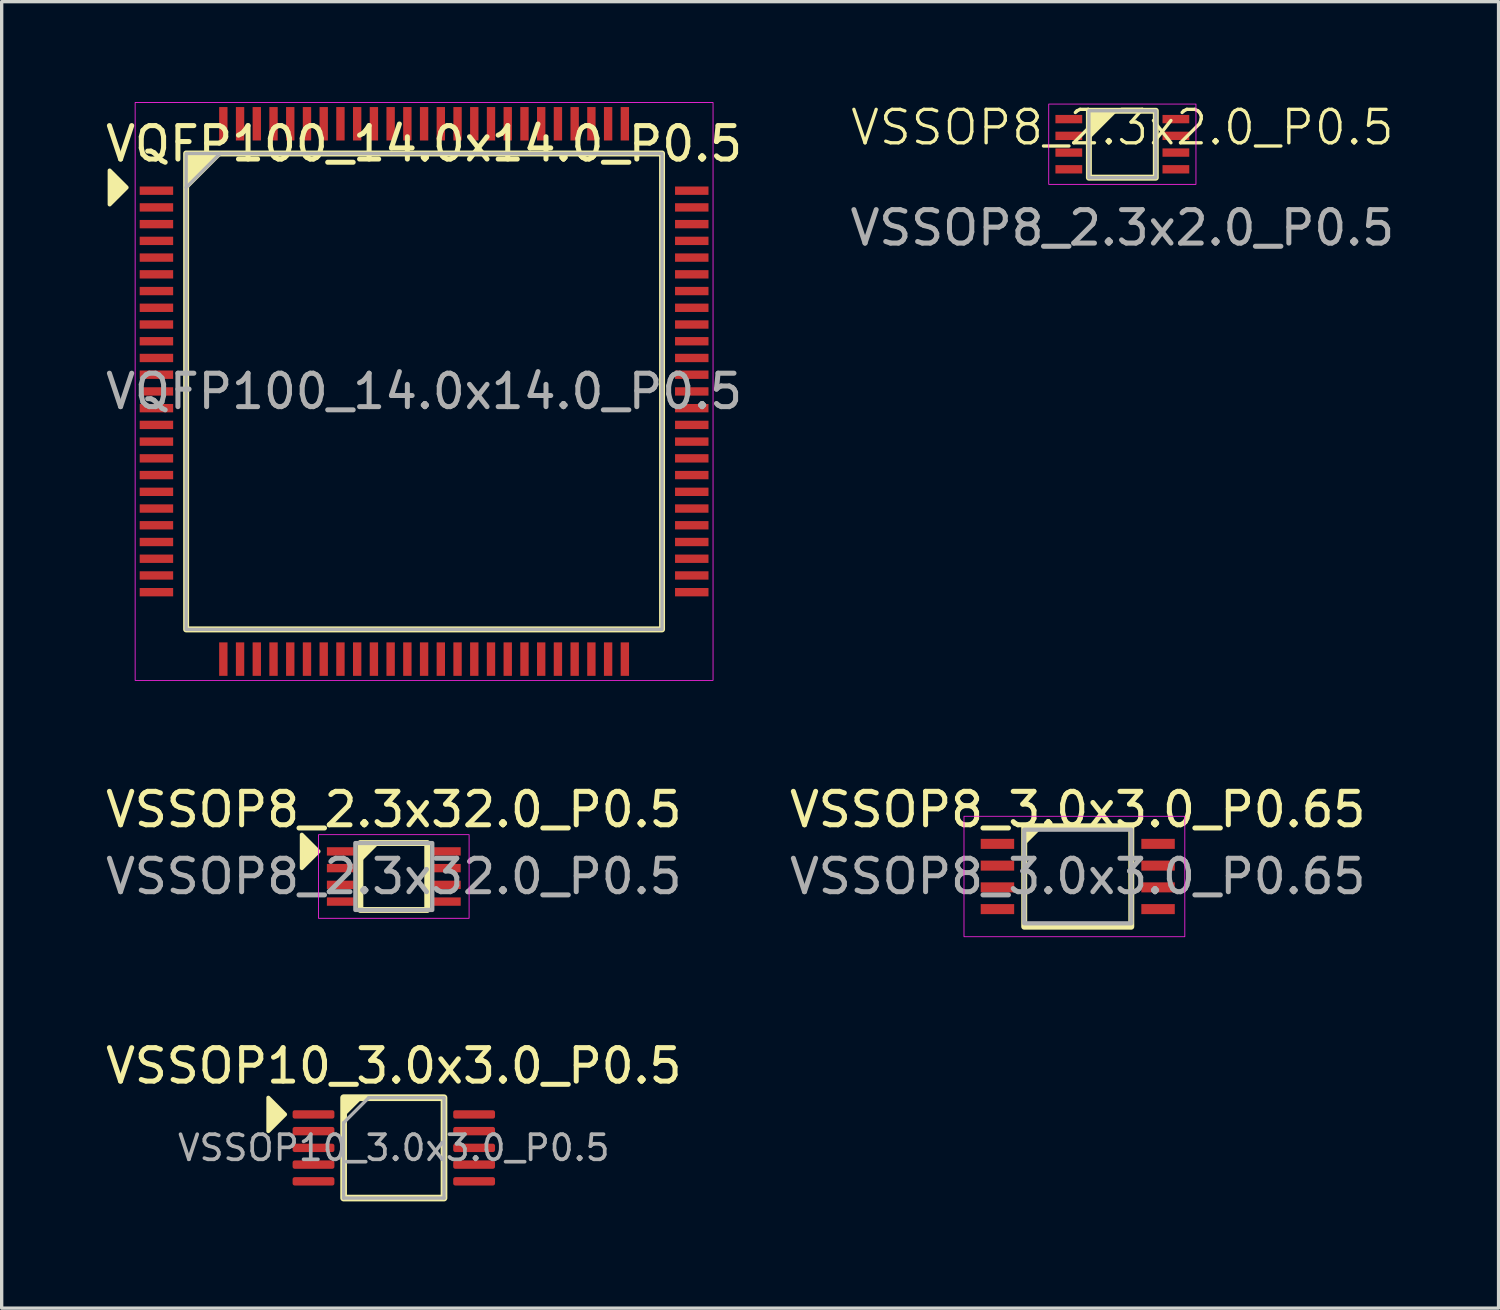
<source format=kicad_pcb>
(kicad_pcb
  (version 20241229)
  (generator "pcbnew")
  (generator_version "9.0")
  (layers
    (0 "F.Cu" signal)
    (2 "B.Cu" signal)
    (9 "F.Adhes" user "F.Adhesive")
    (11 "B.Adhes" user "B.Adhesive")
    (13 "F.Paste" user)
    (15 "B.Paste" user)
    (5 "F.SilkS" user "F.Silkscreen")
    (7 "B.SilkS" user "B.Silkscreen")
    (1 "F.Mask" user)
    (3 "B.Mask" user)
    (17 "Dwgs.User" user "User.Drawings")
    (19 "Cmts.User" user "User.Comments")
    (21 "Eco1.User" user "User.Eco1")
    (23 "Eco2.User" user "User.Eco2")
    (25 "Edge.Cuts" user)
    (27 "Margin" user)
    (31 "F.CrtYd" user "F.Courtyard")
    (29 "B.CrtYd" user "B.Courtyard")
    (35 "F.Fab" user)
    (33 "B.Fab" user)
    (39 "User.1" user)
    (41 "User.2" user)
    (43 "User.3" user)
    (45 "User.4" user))
  (footprint "VSSOP8_2.3x2.0_P0.5"
    (layer "F.Cu")
    (at 30.494 1.26)
    (property "Reference" "VSSOP8_2.3x2.0_P0.5" (at 0 -0.5 0) (unlocked yes) (layer "F.SilkS") (effects (font (size 1 1) (thickness 0.1))))
    (attr smd)
    (fp_rect (start -1 -1) (end 1 1) (stroke (width 0.178) (type solid)) (fill no) (layer "F.SilkS"))
    (fp_poly (pts (xy -1 -1) (xy -1 -0.2) (xy -0.2 -1)) (stroke (width 0.1) (type solid)) (fill yes) (layer "F.SilkS"))
    (fp_rect (start -2.2 -1.2) (end 2.2 1.2) (stroke (width 0.025) (type solid)) (fill no) (layer "F.CrtYd"))
    (fp_rect (start -1 -1) (end 1 1) (stroke (width 0.1) (type default)) (fill no) (layer "F.Fab"))
    (fp_text user "${REFERENCE}" (at 0 2.5 0) (unlocked yes) (layer "F.Fab") (effects (font (size 1 1) (thickness 0.15))))
    (pad "1" smd rect (at -1.6 -0.75) (size 0.8 0.25) (layers "F.Cu" "F.Mask" "F.Paste"))
    (pad "2" smd rect (at -1.6 -0.25) (size 0.8 0.25) (layers "F.Cu" "F.Mask" "F.Paste"))
    (pad "3" smd rect (at -1.6 0.25) (size 0.8 0.25) (layers "F.Cu" "F.Mask" "F.Paste"))
    (pad "4" smd rect (at -1.6 0.75) (size 0.8 0.25) (layers "F.Cu" "F.Mask" "F.Paste"))
    (pad "5" smd rect (at 1.6 0.75) (size 0.8 0.25) (layers "F.Cu" "F.Mask" "F.Paste"))
    (pad "6" smd rect (at 1.6 0.25) (size 0.8 0.25) (layers "F.Cu" "F.Mask" "F.Paste"))
    (pad "7" smd rect (at 1.6 -0.25) (size 0.8 0.25) (layers "F.Cu" "F.Mask" "F.Paste"))
    (pad "8" smd rect (at 1.6 -0.75) (size 0.8 0.25) (layers "F.Cu" "F.Mask" "F.Paste")))
  (footprint "VSSOP8_3.0x3.0_P0.65"
    (layer "F.Cu")
    (at 29.161 23.146)
    (property "Reference" "VSSOP8_3.0x3.0_P0.65" (at 0 -2 0) (unlocked yes) (layer "F.SilkS") (effects (font (size 1 1) (thickness 0.15))))
    (attr smd)
    (fp_rect (start -1.6 -1.5) (end 1.6 1.5) (stroke (width 0.178) (type solid)) (fill no) (layer "F.SilkS"))
    (fp_poly (pts (xy -1.6 -1) (xy -1.6 -1.5) (xy -1.1 -1.5)) (stroke (width 0.12) (type solid)) (fill yes) (layer "F.SilkS"))
    (fp_rect (start -3.4 -1.8) (end 3.2 1.8) (stroke (width 0.025) (type solid)) (fill no) (layer "F.CrtYd"))
    (fp_rect (start -1.6 -1.4) (end 1.6 1.4) (stroke (width 0.127) (type solid)) (fill no) (layer "F.Fab"))
    (fp_text user "${REFERENCE}" (at 0 0 0) (unlocked yes) (layer "F.Fab") (effects (font (size 1 1) (thickness 0.15))))
    (pad "1" smd rect (at -2.4 -0.975) (size 1 0.3) (layers "F.Cu" "F.Mask" "F.Paste"))
    (pad "2" smd rect (at -2.4 -0.325) (size 1 0.3) (layers "F.Cu" "F.Mask" "F.Paste"))
    (pad "3" smd rect (at -2.4 0.325) (size 1 0.3) (layers "F.Cu" "F.Mask" "F.Paste"))
    (pad "4" smd rect (at -2.4 0.975) (size 1 0.3) (layers "F.Cu" "F.Mask" "F.Paste"))
    (pad "5" smd rect (at 2.4 0.975) (size 1 0.3) (layers "F.Cu" "F.Mask" "F.Paste"))
    (pad "6" smd rect (at 2.4 0.325) (size 1 0.3) (layers "F.Cu" "F.Mask" "F.Paste"))
    (pad "7" smd rect (at 2.4 -0.325) (size 1 0.3) (layers "F.Cu" "F.Mask" "F.Paste"))
    (pad "8" smd rect (at 2.4 -0.975) (size 1 0.3) (layers "F.Cu" "F.Mask" "F.Paste")))
  (footprint "VQFP100_14.0x14.0_P0.5"
    (layer "F.Cu")
    (at 9.625 8.649)
    (property "Reference" "VQFP100_14.0x14.0_P0.5" (at 0 -7.4 0) (layer "F.SilkS") (effects (font (size 1 1) (thickness 0.15))))
    (attr smd)
    (fp_rect (start -7.112 -7.112) (end 7.112 7.112) (stroke (width 0.178) (type solid)) (fill no) (layer "F.SilkS"))
    (fp_poly (pts (xy -8.89 -6.096) (xy -9.398 -5.588) (xy -9.398 -6.604)) (stroke (width 0.12) (type solid)) (fill yes) (layer "F.SilkS"))
    (fp_poly (pts (xy -7.112 -6.096) (xy -7.112 -7.112) (xy -6.096 -7.112)) (stroke (width 0.12) (type solid)) (fill yes) (layer "F.SilkS"))
    (fp_rect (start -8.636 -8.636) (end 8.636 8.636) (stroke (width 0.025) (type solid)) (fill no) (layer "F.CrtYd"))
    (fp_line (start -7.112 -6.096) (end -6.096 -7.112) (stroke (width 0.1) (type solid)) (layer "F.Fab"))
    (fp_rect (start -7.112 7.112) (end 7.112 -7.112) (stroke (width 0.1) (type solid)) (fill no) (layer "F.Fab"))
    (fp_text user "${REFERENCE}" (at 0 0 0) (layer "F.Fab") (effects (font (size 1 1) (thickness 0.15))))
    (pad "1" smd rect (at -8 -6) (size 1 0.25) (layers "F.Cu" "F.Mask" "F.Paste"))
    (pad "2" smd rect (at -8 -5.5) (size 1 0.25) (layers "F.Cu" "F.Mask" "F.Paste"))
    (pad "3" smd rect (at -8 -5) (size 1 0.25) (layers "F.Cu" "F.Mask" "F.Paste"))
    (pad "4" smd rect (at -8 -4.5) (size 1 0.25) (layers "F.Cu" "F.Mask" "F.Paste"))
    (pad "5" smd rect (at -8 -4) (size 1 0.25) (layers "F.Cu" "F.Mask" "F.Paste"))
    (pad "6" smd rect (at -8 -3.5) (size 1 0.25) (layers "F.Cu" "F.Mask" "F.Paste"))
    (pad "7" smd rect (at -8 -3) (size 1 0.25) (layers "F.Cu" "F.Mask" "F.Paste"))
    (pad "8" smd rect (at -8 -2.5) (size 1 0.25) (layers "F.Cu" "F.Mask" "F.Paste"))
    (pad "9" smd rect (at -8 -2) (size 1 0.25) (layers "F.Cu" "F.Mask" "F.Paste"))
    (pad "10" smd rect (at -8 -1.5) (size 1 0.25) (layers "F.Cu" "F.Mask" "F.Paste"))
    (pad "11" smd rect (at -8 -1) (size 1 0.25) (layers "F.Cu" "F.Mask" "F.Paste"))
    (pad "12" smd rect (at -8 -0.5) (size 1 0.25) (layers "F.Cu" "F.Mask" "F.Paste"))
    (pad "13" smd rect (at -8 0) (size 1 0.25) (layers "F.Cu" "F.Mask" "F.Paste"))
    (pad "14" smd rect (at -8 0.5) (size 1 0.25) (layers "F.Cu" "F.Mask" "F.Paste"))
    (pad "15" smd rect (at -8 1) (size 1 0.25) (layers "F.Cu" "F.Mask" "F.Paste"))
    (pad "16" smd rect (at -8 1.5) (size 1 0.25) (layers "F.Cu" "F.Mask" "F.Paste"))
    (pad "17" smd rect (at -8 2) (size 1 0.25) (layers "F.Cu" "F.Mask" "F.Paste"))
    (pad "18" smd rect (at -8 2.5) (size 1 0.25) (layers "F.Cu" "F.Mask" "F.Paste"))
    (pad "19" smd rect (at -8 3) (size 1 0.25) (layers "F.Cu" "F.Mask" "F.Paste"))
    (pad "20" smd rect (at -8 3.5) (size 1 0.25) (layers "F.Cu" "F.Mask" "F.Paste"))
    (pad "21" smd rect (at -8 4) (size 1 0.25) (layers "F.Cu" "F.Mask" "F.Paste"))
    (pad "22" smd rect (at -8 4.5) (size 1 0.25) (layers "F.Cu" "F.Mask" "F.Paste"))
    (pad "23" smd rect (at -8 5) (size 1 0.25) (layers "F.Cu" "F.Mask" "F.Paste"))
    (pad "24" smd rect (at -8 5.5) (size 1 0.25) (layers "F.Cu" "F.Mask" "F.Paste"))
    (pad "25" smd rect (at -8 6) (size 1 0.25) (layers "F.Cu" "F.Mask" "F.Paste"))
    (pad "26" smd rect (at -6 8) (size 0.25 1) (layers "F.Cu" "F.Mask" "F.Paste"))
    (pad "27" smd rect (at -5.5 8) (size 0.25 1) (layers "F.Cu" "F.Mask" "F.Paste"))
    (pad "28" smd rect (at -5 8) (size 0.25 1) (layers "F.Cu" "F.Mask" "F.Paste"))
    (pad "29" smd rect (at -4.5 8) (size 0.25 1) (layers "F.Cu" "F.Mask" "F.Paste"))
    (pad "30" smd rect (at -4 8) (size 0.25 1) (layers "F.Cu" "F.Mask" "F.Paste"))
    (pad "31" smd rect (at -3.5 8) (size 0.25 1) (layers "F.Cu" "F.Mask" "F.Paste"))
    (pad "32" smd rect (at -3 8) (size 0.25 1) (layers "F.Cu" "F.Mask" "F.Paste"))
    (pad "33" smd rect (at -2.5 8) (size 0.25 1) (layers "F.Cu" "F.Mask" "F.Paste"))
    (pad "34" smd rect (at -2 8) (size 0.25 1) (layers "F.Cu" "F.Mask" "F.Paste"))
    (pad "35" smd rect (at -1.5 8) (size 0.25 1) (layers "F.Cu" "F.Mask" "F.Paste"))
    (pad "36" smd rect (at -1 8) (size 0.25 1) (layers "F.Cu" "F.Mask" "F.Paste"))
    (pad "37" smd rect (at -0.5 8) (size 0.25 1) (layers "F.Cu" "F.Mask" "F.Paste"))
    (pad "38" smd rect (at 0 8) (size 0.25 1) (layers "F.Cu" "F.Mask" "F.Paste"))
    (pad "39" smd rect (at 0.5 8) (size 0.25 1) (layers "F.Cu" "F.Mask" "F.Paste"))
    (pad "40" smd rect (at 1 8) (size 0.25 1) (layers "F.Cu" "F.Mask" "F.Paste"))
    (pad "41" smd rect (at 1.5 8) (size 0.25 1) (layers "F.Cu" "F.Mask" "F.Paste"))
    (pad "42" smd rect (at 2 8) (size 0.25 1) (layers "F.Cu" "F.Mask" "F.Paste"))
    (pad "43" smd rect (at 2.5 8) (size 0.25 1) (layers "F.Cu" "F.Mask" "F.Paste"))
    (pad "44" smd rect (at 3 8) (size 0.25 1) (layers "F.Cu" "F.Mask" "F.Paste"))
    (pad "45" smd rect (at 3.5 8) (size 0.25 1) (layers "F.Cu" "F.Mask" "F.Paste"))
    (pad "46" smd rect (at 4 8) (size 0.25 1) (layers "F.Cu" "F.Mask" "F.Paste"))
    (pad "47" smd rect (at 4.5 8) (size 0.25 1) (layers "F.Cu" "F.Mask" "F.Paste"))
    (pad "48" smd rect (at 5 8) (size 0.25 1) (layers "F.Cu" "F.Mask" "F.Paste"))
    (pad "49" smd rect (at 5.5 8) (size 0.25 1) (layers "F.Cu" "F.Mask" "F.Paste"))
    (pad "50" smd rect (at 6 8) (size 0.25 1) (layers "F.Cu" "F.Mask" "F.Paste"))
    (pad "51" smd rect (at 8 6) (size 1 0.25) (layers "F.Cu" "F.Mask" "F.Paste"))
    (pad "52" smd rect (at 8 5.5) (size 1 0.25) (layers "F.Cu" "F.Mask" "F.Paste"))
    (pad "53" smd rect (at 8 5) (size 1 0.25) (layers "F.Cu" "F.Mask" "F.Paste"))
    (pad "54" smd rect (at 8 4.5) (size 1 0.25) (layers "F.Cu" "F.Mask" "F.Paste"))
    (pad "55" smd rect (at 8 4) (size 1 0.25) (layers "F.Cu" "F.Mask" "F.Paste"))
    (pad "56" smd rect (at 8 3.5) (size 1 0.25) (layers "F.Cu" "F.Mask" "F.Paste"))
    (pad "57" smd rect (at 8 3) (size 1 0.25) (layers "F.Cu" "F.Mask" "F.Paste"))
    (pad "58" smd rect (at 8 2.5) (size 1 0.25) (layers "F.Cu" "F.Mask" "F.Paste"))
    (pad "59" smd rect (at 8 2) (size 1 0.25) (layers "F.Cu" "F.Mask" "F.Paste"))
    (pad "60" smd rect (at 8 1.5) (size 1 0.25) (layers "F.Cu" "F.Mask" "F.Paste"))
    (pad "61" smd rect (at 8 1) (size 1 0.25) (layers "F.Cu" "F.Mask" "F.Paste"))
    (pad "62" smd rect (at 8 0.5) (size 1 0.25) (layers "F.Cu" "F.Mask" "F.Paste"))
    (pad "63" smd rect (at 8 0) (size 1 0.25) (layers "F.Cu" "F.Mask" "F.Paste"))
    (pad "64" smd rect (at 8 -0.5) (size 1 0.25) (layers "F.Cu" "F.Mask" "F.Paste"))
    (pad "65" smd rect (at 8 -1) (size 1 0.25) (layers "F.Cu" "F.Mask" "F.Paste"))
    (pad "66" smd rect (at 8 -1.5) (size 1 0.25) (layers "F.Cu" "F.Mask" "F.Paste"))
    (pad "67" smd rect (at 8 -2) (size 1 0.25) (layers "F.Cu" "F.Mask" "F.Paste"))
    (pad "68" smd rect (at 8 -2.5) (size 1 0.25) (layers "F.Cu" "F.Mask" "F.Paste"))
    (pad "69" smd rect (at 8 -3) (size 1 0.25) (layers "F.Cu" "F.Mask" "F.Paste"))
    (pad "70" smd rect (at 8 -3.5) (size 1 0.25) (layers "F.Cu" "F.Mask" "F.Paste"))
    (pad "71" smd rect (at 8 -4) (size 1 0.25) (layers "F.Cu" "F.Mask" "F.Paste"))
    (pad "72" smd rect (at 8 -4.5) (size 1 0.25) (layers "F.Cu" "F.Mask" "F.Paste"))
    (pad "73" smd rect (at 8 -5) (size 1 0.25) (layers "F.Cu" "F.Mask" "F.Paste"))
    (pad "74" smd rect (at 8 -5.5) (size 1 0.25) (layers "F.Cu" "F.Mask" "F.Paste"))
    (pad "75" smd rect (at 8 -6) (size 1 0.25) (layers "F.Cu" "F.Mask" "F.Paste"))
    (pad "76" smd rect (at 6 -8) (size 0.25 1) (layers "F.Cu" "F.Mask" "F.Paste"))
    (pad "77" smd rect (at 5.5 -8) (size 0.25 1) (layers "F.Cu" "F.Mask" "F.Paste"))
    (pad "78" smd rect (at 5 -8) (size 0.25 1) (layers "F.Cu" "F.Mask" "F.Paste"))
    (pad "79" smd rect (at 4.5 -8) (size 0.25 1) (layers "F.Cu" "F.Mask" "F.Paste"))
    (pad "80" smd rect (at 4 -8) (size 0.25 1) (layers "F.Cu" "F.Mask" "F.Paste"))
    (pad "81" smd rect (at 3.5 -8) (size 0.25 1) (layers "F.Cu" "F.Mask" "F.Paste"))
    (pad "82" smd rect (at 3 -8) (size 0.25 1) (layers "F.Cu" "F.Mask" "F.Paste"))
    (pad "83" smd rect (at 2.5 -8) (size 0.25 1) (layers "F.Cu" "F.Mask" "F.Paste"))
    (pad "84" smd rect (at 2 -8) (size 0.25 1) (layers "F.Cu" "F.Mask" "F.Paste"))
    (pad "85" smd rect (at 1.5 -8) (size 0.25 1) (layers "F.Cu" "F.Mask" "F.Paste"))
    (pad "86" smd rect (at 1 -8) (size 0.25 1) (layers "F.Cu" "F.Mask" "F.Paste"))
    (pad "87" smd rect (at 0.5 -8) (size 0.25 1) (layers "F.Cu" "F.Mask" "F.Paste"))
    (pad "88" smd rect (at 0 -8) (size 0.25 1) (layers "F.Cu" "F.Mask" "F.Paste"))
    (pad "89" smd rect (at -0.5 -8) (size 0.25 1) (layers "F.Cu" "F.Mask" "F.Paste"))
    (pad "90" smd rect (at -1 -8) (size 0.25 1) (layers "F.Cu" "F.Mask" "F.Paste"))
    (pad "91" smd rect (at -1.5 -8) (size 0.25 1) (layers "F.Cu" "F.Mask" "F.Paste"))
    (pad "92" smd rect (at -2 -8) (size 0.25 1) (layers "F.Cu" "F.Mask" "F.Paste"))
    (pad "93" smd rect (at -2.5 -8) (size 0.25 1) (layers "F.Cu" "F.Mask" "F.Paste"))
    (pad "94" smd rect (at -3 -8) (size 0.25 1) (layers "F.Cu" "F.Mask" "F.Paste"))
    (pad "95" smd rect (at -3.5 -8) (size 0.25 1) (layers "F.Cu" "F.Mask" "F.Paste"))
    (pad "96" smd rect (at -4 -8) (size 0.25 1) (layers "F.Cu" "F.Mask" "F.Paste"))
    (pad "97" smd rect (at -4.5 -8) (size 0.25 1) (layers "F.Cu" "F.Mask" "F.Paste"))
    (pad "98" smd rect (at -5 -8) (size 0.25 1) (layers "F.Cu" "F.Mask" "F.Paste"))
    (pad "99" smd rect (at -5.5 -8) (size 0.25 1) (layers "F.Cu" "F.Mask" "F.Paste"))
    (pad "100" smd rect (at -6 -8) (size 0.25 1) (layers "F.Cu" "F.Mask" "F.Paste")))
  (footprint "VSSOP10_3.0x3.0_P0.5"
    (layer "F.Cu")
    (at 8.72 31.257)
    (property "Reference" "VSSOP10_3.0x3.0_P0.5" (at 0 -2.45 0) (layer "F.SilkS") (effects (font (size 1 1) (thickness 0.15))))
    (attr smd)
    (fp_rect (start -1.5 1.5) (end 1.5 -1.5) (stroke (width 0.2) (type solid)) (fill no) (layer "F.SilkS"))
    (fp_poly (pts (xy -3.25 -1) (xy -3.75 -0.5) (xy -3.75 -1.5)) (stroke (width 0.12) (type solid)) (fill yes) (layer "F.SilkS"))
    (fp_poly (pts (xy -1.5 -1) (xy -1.5 -1.5) (xy -1 -1.5)) (stroke (width 0.12) (type solid)) (fill yes) (layer "F.SilkS"))
    (fp_rect (start -3.302 1.778) (end 3.302 -1.778) (stroke (width 0.025) (type solid)) (fill no) (layer "Margin"))
    (fp_line (start -1.5 -0.75) (end -0.75 -1.5) (stroke (width 0.1) (type solid)) (layer "F.Fab"))
    (fp_line (start -1.5 1.5) (end -1.5 -0.75) (stroke (width 0.1) (type solid)) (layer "F.Fab"))
    (fp_line (start -0.75 -1.5) (end 1.5 -1.5) (stroke (width 0.1) (type solid)) (layer "F.Fab"))
    (fp_line (start 1.5 -1.5) (end 1.5 1.5) (stroke (width 0.1) (type solid)) (layer "F.Fab"))
    (fp_line (start 1.5 1.5) (end -1.5 1.5) (stroke (width 0.1) (type solid)) (layer "F.Fab"))
    (fp_text user "${REFERENCE}" (at 0 0 0) (layer "F.Fab") (effects (font (size 0.75 0.75) (thickness 0.11))))
    (pad "1" smd roundrect (at -2.4 -1) (size 1.25 0.25) (layers "F.Cu" "F.Mask" "F.Paste") (roundrect_rratio 0.25))
    (pad "2" smd roundrect (at -2.4 -0.5) (size 1.25 0.25) (layers "F.Cu" "F.Mask" "F.Paste") (roundrect_rratio 0.25))
    (pad "3" smd roundrect (at -2.4 0) (size 1.25 0.25) (layers "F.Cu" "F.Mask" "F.Paste") (roundrect_rratio 0.25))
    (pad "4" smd roundrect (at -2.4 0.5) (size 1.25 0.25) (layers "F.Cu" "F.Mask" "F.Paste") (roundrect_rratio 0.25))
    (pad "5" smd roundrect (at -2.4 1) (size 1.25 0.25) (layers "F.Cu" "F.Mask" "F.Paste") (roundrect_rratio 0.25))
    (pad "6" smd roundrect (at 2.4 1) (size 1.25 0.25) (layers "F.Cu" "F.Mask" "F.Paste") (roundrect_rratio 0.25))
    (pad "7" smd roundrect (at 2.4 0.5) (size 1.25 0.25) (layers "F.Cu" "F.Mask" "F.Paste") (roundrect_rratio 0.25))
    (pad "8" smd roundrect (at 2.4 0) (size 1.25 0.25) (layers "F.Cu" "F.Mask" "F.Paste") (roundrect_rratio 0.25))
    (pad "9" smd roundrect (at 2.4 -0.5) (size 1.25 0.25) (layers "F.Cu" "F.Mask" "F.Paste") (roundrect_rratio 0.25))
    (pad "10" smd roundrect (at 2.4 -1) (size 1.25 0.25) (layers "F.Cu" "F.Mask" "F.Paste") (roundrect_rratio 0.25)))
  (footprint "VSSOP8_2.3x32.0_P0.5"
    (layer "F.Cu")
    (at 8.72 23.146)
    (property "Reference" "VSSOP8_2.3x32.0_P0.5" (at 0 -2 0) (unlocked yes) (layer "F.SilkS") (effects (font (size 1 1) (thickness 0.15))))
    (attr smd)
    (fp_rect (start -1 -1) (end 1 1) (stroke (width 0.178) (type solid)) (fill no) (layer "F.SilkS"))
    (fp_poly (pts (xy -2.25 -0.75) (xy -2.75 -0.25) (xy -2.75 -1.25)) (stroke (width 0.12) (type solid)) (fill yes) (layer "F.SilkS"))
    (fp_poly (pts (xy -1 -0.5) (xy -1 -1) (xy -0.5 -1)) (stroke (width 0.12) (type solid)) (fill yes) (layer "F.SilkS"))
    (fp_rect (start -2.25 -1.25) (end 2.25 1.25) (stroke (width 0.025) (type solid)) (fill no) (layer "F.CrtYd"))
    (fp_rect (start -1.15 -1) (end 1.15 1) (stroke (width 0.127) (type solid)) (fill no) (layer "F.Fab"))
    (fp_text user "${REFERENCE}" (at 0 0 0) (unlocked yes) (layer "F.Fab") (effects (font (size 1 1) (thickness 0.15))))
    (pad "1" smd rect (at -1.6 -0.75) (size 0.8 0.25) (layers "F.Cu" "F.Mask" "F.Paste"))
    (pad "2" smd rect (at -1.6 -0.25) (size 0.8 0.25) (layers "F.Cu" "F.Mask" "F.Paste"))
    (pad "3" smd rect (at -1.6 0.25) (size 0.8 0.25) (layers "F.Cu" "F.Mask" "F.Paste"))
    (pad "4" smd rect (at -1.6 0.75) (size 0.8 0.25) (layers "F.Cu" "F.Mask" "F.Paste"))
    (pad "5" smd rect (at 1.6 0.75) (size 0.8 0.25) (layers "F.Cu" "F.Mask" "F.Paste"))
    (pad "6" smd rect (at 1.6 0.25) (size 0.8 0.25) (layers "F.Cu" "F.Mask" "F.Paste"))
    (pad "7" smd rect (at 1.6 -0.25) (size 0.8 0.25) (layers "F.Cu" "F.Mask" "F.Paste"))
    (pad "8" smd rect (at 1.6 -0.75) (size 0.8 0.25) (layers "F.Cu" "F.Mask" "F.Paste")))
  (gr_rect
    (start -3 -3)
    (end 41.738 36.047)
    (stroke (width 0.1) (type default))
    (fill no)
    (layer "Edge.Cuts")))
</source>
